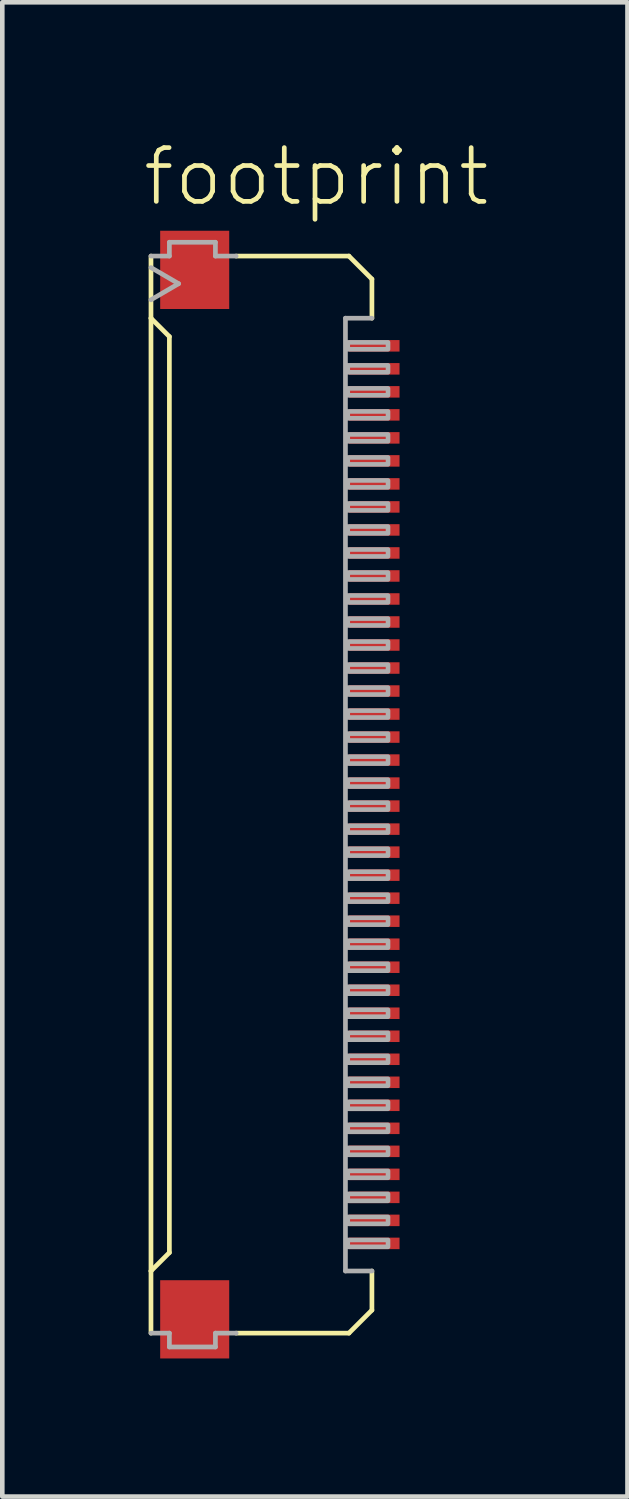
<source format=kicad_pcb>
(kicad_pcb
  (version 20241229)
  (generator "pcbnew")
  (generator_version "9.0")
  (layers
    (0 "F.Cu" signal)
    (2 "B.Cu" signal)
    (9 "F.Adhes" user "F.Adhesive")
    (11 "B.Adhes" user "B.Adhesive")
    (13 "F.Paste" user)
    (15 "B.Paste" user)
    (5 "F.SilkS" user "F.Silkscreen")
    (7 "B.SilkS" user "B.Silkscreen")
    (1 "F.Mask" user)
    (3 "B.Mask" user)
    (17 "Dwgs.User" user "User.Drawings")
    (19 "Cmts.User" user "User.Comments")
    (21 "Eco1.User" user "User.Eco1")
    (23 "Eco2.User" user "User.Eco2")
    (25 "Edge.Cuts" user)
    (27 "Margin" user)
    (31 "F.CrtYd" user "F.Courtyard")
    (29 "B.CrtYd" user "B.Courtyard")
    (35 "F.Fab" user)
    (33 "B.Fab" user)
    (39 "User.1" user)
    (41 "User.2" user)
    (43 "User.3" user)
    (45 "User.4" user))
  (footprint "footprint"
    (layer "F.Cu")
    (at 2.54 14.213)
    (property "Reference" "footprint" (at -2.54 -12.74 0) (layer "F.SilkS") (effects (font (size 1.168 1.168) (thickness 0.102)) (justify left bottom)))
    (fp_poly (pts (xy 1.965 -9.6) (xy 3.115 -9.6) (xy 3.115 -9.9) (xy 1.965 -9.9)) (stroke (width 0) (type solid)) (fill yes) (layer "F.Mask"))
    (fp_poly (pts (xy 1.965 -9.1) (xy 3.115 -9.1) (xy 3.115 -9.4) (xy 1.965 -9.4)) (stroke (width 0) (type solid)) (fill yes) (layer "F.Mask"))
    (fp_poly (pts (xy 1.965 -8.6) (xy 3.115 -8.6) (xy 3.115 -8.9) (xy 1.965 -8.9)) (stroke (width 0) (type solid)) (fill yes) (layer "F.Mask"))
    (fp_poly (pts (xy 1.965 -8.1) (xy 3.115 -8.1) (xy 3.115 -8.4) (xy 1.965 -8.4)) (stroke (width 0) (type solid)) (fill yes) (layer "F.Mask"))
    (fp_poly (pts (xy 1.965 -7.6) (xy 3.115 -7.6) (xy 3.115 -7.9) (xy 1.965 -7.9)) (stroke (width 0) (type solid)) (fill yes) (layer "F.Mask"))
    (fp_poly (pts (xy 1.965 -7.1) (xy 3.115 -7.1) (xy 3.115 -7.4) (xy 1.965 -7.4)) (stroke (width 0) (type solid)) (fill yes) (layer "F.Mask"))
    (fp_poly (pts (xy 1.965 -6.6) (xy 3.115 -6.6) (xy 3.115 -6.9) (xy 1.965 -6.9)) (stroke (width 0) (type solid)) (fill yes) (layer "F.Mask"))
    (fp_poly (pts (xy 1.965 -6.1) (xy 3.115 -6.1) (xy 3.115 -6.4) (xy 1.965 -6.4)) (stroke (width 0) (type solid)) (fill yes) (layer "F.Mask"))
    (fp_poly (pts (xy 1.965 -5.6) (xy 3.115 -5.6) (xy 3.115 -5.9) (xy 1.965 -5.9)) (stroke (width 0) (type solid)) (fill yes) (layer "F.Mask"))
    (fp_poly (pts (xy 1.965 -5.1) (xy 3.115 -5.1) (xy 3.115 -5.4) (xy 1.965 -5.4)) (stroke (width 0) (type solid)) (fill yes) (layer "F.Mask"))
    (fp_poly (pts (xy 1.965 -4.6) (xy 3.115 -4.6) (xy 3.115 -4.9) (xy 1.965 -4.9)) (stroke (width 0) (type solid)) (fill yes) (layer "F.Mask"))
    (fp_poly (pts (xy 1.965 -4.1) (xy 3.115 -4.1) (xy 3.115 -4.4) (xy 1.965 -4.4)) (stroke (width 0) (type solid)) (fill yes) (layer "F.Mask"))
    (fp_poly (pts (xy 1.965 -3.6) (xy 3.115 -3.6) (xy 3.115 -3.9) (xy 1.965 -3.9)) (stroke (width 0) (type solid)) (fill yes) (layer "F.Mask"))
    (fp_poly (pts (xy 1.965 -3.1) (xy 3.115 -3.1) (xy 3.115 -3.4) (xy 1.965 -3.4)) (stroke (width 0) (type solid)) (fill yes) (layer "F.Mask"))
    (fp_poly (pts (xy 1.965 -2.6) (xy 3.115 -2.6) (xy 3.115 -2.9) (xy 1.965 -2.9)) (stroke (width 0) (type solid)) (fill yes) (layer "F.Mask"))
    (fp_poly (pts (xy 1.965 -2.1) (xy 3.115 -2.1) (xy 3.115 -2.4) (xy 1.965 -2.4)) (stroke (width 0) (type solid)) (fill yes) (layer "F.Mask"))
    (fp_poly (pts (xy 1.965 -1.6) (xy 3.115 -1.6) (xy 3.115 -1.9) (xy 1.965 -1.9)) (stroke (width 0) (type solid)) (fill yes) (layer "F.Mask"))
    (fp_poly (pts (xy 1.965 -1.1) (xy 3.115 -1.1) (xy 3.115 -1.4) (xy 1.965 -1.4)) (stroke (width 0) (type solid)) (fill yes) (layer "F.Mask"))
    (fp_poly (pts (xy 1.965 -0.6) (xy 3.115 -0.6) (xy 3.115 -0.9) (xy 1.965 -0.9)) (stroke (width 0) (type solid)) (fill yes) (layer "F.Mask"))
    (fp_poly (pts (xy 1.965 -0.1) (xy 3.115 -0.1) (xy 3.115 -0.4) (xy 1.965 -0.4)) (stroke (width 0) (type solid)) (fill yes) (layer "F.Mask"))
    (fp_poly (pts (xy 1.965 0.4) (xy 3.115 0.4) (xy 3.115 0.1) (xy 1.965 0.1)) (stroke (width 0) (type solid)) (fill yes) (layer "F.Mask"))
    (fp_poly (pts (xy 1.965 0.9) (xy 3.115 0.9) (xy 3.115 0.6) (xy 1.965 0.6)) (stroke (width 0) (type solid)) (fill yes) (layer "F.Mask"))
    (fp_poly (pts (xy 1.965 1.4) (xy 3.115 1.4) (xy 3.115 1.1) (xy 1.965 1.1)) (stroke (width 0) (type solid)) (fill yes) (layer "F.Mask"))
    (fp_poly (pts (xy 1.965 1.9) (xy 3.115 1.9) (xy 3.115 1.6) (xy 1.965 1.6)) (stroke (width 0) (type solid)) (fill yes) (layer "F.Mask"))
    (fp_poly (pts (xy 1.965 2.4) (xy 3.115 2.4) (xy 3.115 2.1) (xy 1.965 2.1)) (stroke (width 0) (type solid)) (fill yes) (layer "F.Mask"))
    (fp_poly (pts (xy 1.965 2.9) (xy 3.115 2.9) (xy 3.115 2.6) (xy 1.965 2.6)) (stroke (width 0) (type solid)) (fill yes) (layer "F.Mask"))
    (fp_poly (pts (xy 1.965 3.4) (xy 3.115 3.4) (xy 3.115 3.1) (xy 1.965 3.1)) (stroke (width 0) (type solid)) (fill yes) (layer "F.Mask"))
    (fp_poly (pts (xy 1.965 3.9) (xy 3.115 3.9) (xy 3.115 3.6) (xy 1.965 3.6)) (stroke (width 0) (type solid)) (fill yes) (layer "F.Mask"))
    (fp_poly (pts (xy 1.965 4.4) (xy 3.115 4.4) (xy 3.115 4.1) (xy 1.965 4.1)) (stroke (width 0) (type solid)) (fill yes) (layer "F.Mask"))
    (fp_poly (pts (xy 1.965 4.9) (xy 3.115 4.9) (xy 3.115 4.6) (xy 1.965 4.6)) (stroke (width 0) (type solid)) (fill yes) (layer "F.Mask"))
    (fp_poly (pts (xy 1.965 5.4) (xy 3.115 5.4) (xy 3.115 5.1) (xy 1.965 5.1)) (stroke (width 0) (type solid)) (fill yes) (layer "F.Mask"))
    (fp_poly (pts (xy 1.965 5.9) (xy 3.115 5.9) (xy 3.115 5.6) (xy 1.965 5.6)) (stroke (width 0) (type solid)) (fill yes) (layer "F.Mask"))
    (fp_poly (pts (xy 1.965 6.4) (xy 3.115 6.4) (xy 3.115 6.1) (xy 1.965 6.1)) (stroke (width 0) (type solid)) (fill yes) (layer "F.Mask"))
    (fp_poly (pts (xy 1.965 6.9) (xy 3.115 6.9) (xy 3.115 6.6) (xy 1.965 6.6)) (stroke (width 0) (type solid)) (fill yes) (layer "F.Mask"))
    (fp_poly (pts (xy 1.965 7.4) (xy 3.115 7.4) (xy 3.115 7.1) (xy 1.965 7.1)) (stroke (width 0) (type solid)) (fill yes) (layer "F.Mask"))
    (fp_poly (pts (xy 1.965 7.9) (xy 3.115 7.9) (xy 3.115 7.6) (xy 1.965 7.6)) (stroke (width 0) (type solid)) (fill yes) (layer "F.Mask"))
    (fp_poly (pts (xy 1.965 8.4) (xy 3.115 8.4) (xy 3.115 8.1) (xy 1.965 8.1)) (stroke (width 0) (type solid)) (fill yes) (layer "F.Mask"))
    (fp_poly (pts (xy 1.965 8.9) (xy 3.115 8.9) (xy 3.115 8.6) (xy 1.965 8.6)) (stroke (width 0) (type solid)) (fill yes) (layer "F.Mask"))
    (fp_poly (pts (xy 1.965 9.4) (xy 3.115 9.4) (xy 3.115 9.1) (xy 1.965 9.1)) (stroke (width 0) (type solid)) (fill yes) (layer "F.Mask"))
    (fp_poly (pts (xy 1.965 9.9) (xy 3.115 9.9) (xy 3.115 9.6) (xy 1.965 9.6)) (stroke (width 0) (type solid)) (fill yes) (layer "F.Mask"))
    (fp_line (start -2.31 -10.35) (end -2.31 -11.7) (stroke (width 0.102) (type solid)) (layer "F.SilkS"))
    (fp_line (start -2.31 -10.35) (end -2.31 10.35) (stroke (width 0.102) (type solid)) (layer "F.SilkS"))
    (fp_line (start -2.31 10.35) (end -1.91 9.95) (stroke (width 0.102) (type solid)) (layer "F.SilkS"))
    (fp_line (start -2.31 11.7) (end -2.31 10.35) (stroke (width 0.102) (type solid)) (layer "F.SilkS"))
    (fp_line (start -1.91 -9.95) (end -2.31 -10.35) (stroke (width 0.102) (type solid)) (layer "F.SilkS"))
    (fp_line (start -1.91 9.95) (end -1.91 -9.95) (stroke (width 0.102) (type solid)) (layer "F.SilkS"))
    (fp_line (start 1.99 -11.7) (end -0.46 -11.7) (stroke (width 0.102) (type solid)) (layer "F.SilkS"))
    (fp_line (start 1.99 11.7) (end -0.46 11.7) (stroke (width 0.102) (type solid)) (layer "F.SilkS"))
    (fp_line (start 2.49 -11.2) (end 1.99 -11.7) (stroke (width 0.102) (type solid)) (layer "F.SilkS"))
    (fp_line (start 2.49 -10.35) (end 2.49 -11.2) (stroke (width 0.102) (type solid)) (layer "F.SilkS"))
    (fp_line (start 2.49 10.35) (end 2.49 11.2) (stroke (width 0.102) (type solid)) (layer "F.SilkS"))
    (fp_line (start 2.49 11.2) (end 1.99 11.7) (stroke (width 0.102) (type solid)) (layer "F.SilkS"))
    (fp_line (start -2.31 -11.7) (end -1.91 -11.7) (stroke (width 0.102) (type solid)) (layer "F.Fab"))
    (fp_line (start -2.31 -11.45) (end -1.71 -11.1) (stroke (width 0.102) (type solid)) (layer "F.Fab"))
    (fp_line (start -1.91 -12) (end -0.91 -12) (stroke (width 0.102) (type solid)) (layer "F.Fab"))
    (fp_line (start -1.91 -11.7) (end -1.91 -12) (stroke (width 0.102) (type solid)) (layer "F.Fab"))
    (fp_line (start -1.91 11.7) (end -2.31 11.7) (stroke (width 0.102) (type solid)) (layer "F.Fab"))
    (fp_line (start -1.91 12) (end -1.91 11.7) (stroke (width 0.102) (type solid)) (layer "F.Fab"))
    (fp_line (start -1.71 -11.1) (end -2.31 -10.75) (stroke (width 0.102) (type solid)) (layer "F.Fab"))
    (fp_line (start -0.91 -12) (end -0.91 -11.7) (stroke (width 0.102) (type solid)) (layer "F.Fab"))
    (fp_line (start -0.91 -11.7) (end -0.46 -11.7) (stroke (width 0.102) (type solid)) (layer "F.Fab"))
    (fp_line (start -0.91 11.7) (end -0.91 12) (stroke (width 0.102) (type solid)) (layer "F.Fab"))
    (fp_line (start -0.91 12) (end -1.91 12) (stroke (width 0.102) (type solid)) (layer "F.Fab"))
    (fp_line (start -0.46 11.7) (end -0.91 11.7) (stroke (width 0.102) (type solid)) (layer "F.Fab"))
    (fp_line (start 1.915 -10.35) (end 1.915 10.35) (stroke (width 0.102) (type solid)) (layer "F.Fab"))
    (fp_line (start 1.915 10.35) (end 2.49 10.35) (stroke (width 0.102) (type solid)) (layer "F.Fab"))
    (fp_line (start 2.49 -10.35) (end 1.915 -10.35) (stroke (width 0.102) (type solid)) (layer "F.Fab"))
    (fp_poly (pts (xy 1.965 -9.675) (xy 2.84 -9.675) (xy 2.84 -9.825) (xy 1.965 -9.825)) (stroke (width 0.1) (type solid)) (fill no) (layer "F.Fab"))
    (fp_poly (pts (xy 1.965 -9.175) (xy 2.84 -9.175) (xy 2.84 -9.325) (xy 1.965 -9.325)) (stroke (width 0.1) (type solid)) (fill no) (layer "F.Fab"))
    (fp_poly (pts (xy 1.965 -8.675) (xy 2.84 -8.675) (xy 2.84 -8.825) (xy 1.965 -8.825)) (stroke (width 0.1) (type solid)) (fill no) (layer "F.Fab"))
    (fp_poly (pts (xy 1.965 -8.175) (xy 2.84 -8.175) (xy 2.84 -8.325) (xy 1.965 -8.325)) (stroke (width 0.1) (type solid)) (fill no) (layer "F.Fab"))
    (fp_poly (pts (xy 1.965 -7.675) (xy 2.84 -7.675) (xy 2.84 -7.825) (xy 1.965 -7.825)) (stroke (width 0.1) (type solid)) (fill no) (layer "F.Fab"))
    (fp_poly (pts (xy 1.965 -7.175) (xy 2.84 -7.175) (xy 2.84 -7.325) (xy 1.965 -7.325)) (stroke (width 0.1) (type solid)) (fill no) (layer "F.Fab"))
    (fp_poly (pts (xy 1.965 -6.675) (xy 2.84 -6.675) (xy 2.84 -6.825) (xy 1.965 -6.825)) (stroke (width 0.1) (type solid)) (fill no) (layer "F.Fab"))
    (fp_poly (pts (xy 1.965 -6.175) (xy 2.84 -6.175) (xy 2.84 -6.325) (xy 1.965 -6.325)) (stroke (width 0.1) (type solid)) (fill no) (layer "F.Fab"))
    (fp_poly (pts (xy 1.965 -5.675) (xy 2.84 -5.675) (xy 2.84 -5.825) (xy 1.965 -5.825)) (stroke (width 0.1) (type solid)) (fill no) (layer "F.Fab"))
    (fp_poly (pts (xy 1.965 -5.175) (xy 2.84 -5.175) (xy 2.84 -5.325) (xy 1.965 -5.325)) (stroke (width 0.1) (type solid)) (fill no) (layer "F.Fab"))
    (fp_poly (pts (xy 1.965 -4.675) (xy 2.84 -4.675) (xy 2.84 -4.825) (xy 1.965 -4.825)) (stroke (width 0.1) (type solid)) (fill no) (layer "F.Fab"))
    (fp_poly (pts (xy 1.965 -4.175) (xy 2.84 -4.175) (xy 2.84 -4.325) (xy 1.965 -4.325)) (stroke (width 0.1) (type solid)) (fill no) (layer "F.Fab"))
    (fp_poly (pts (xy 1.965 -3.675) (xy 2.84 -3.675) (xy 2.84 -3.825) (xy 1.965 -3.825)) (stroke (width 0.1) (type solid)) (fill no) (layer "F.Fab"))
    (fp_poly (pts (xy 1.965 -3.175) (xy 2.84 -3.175) (xy 2.84 -3.325) (xy 1.965 -3.325)) (stroke (width 0.1) (type solid)) (fill no) (layer "F.Fab"))
    (fp_poly (pts (xy 1.965 -2.675) (xy 2.84 -2.675) (xy 2.84 -2.825) (xy 1.965 -2.825)) (stroke (width 0.1) (type solid)) (fill no) (layer "F.Fab"))
    (fp_poly (pts (xy 1.965 -2.175) (xy 2.84 -2.175) (xy 2.84 -2.325) (xy 1.965 -2.325)) (stroke (width 0.1) (type solid)) (fill no) (layer "F.Fab"))
    (fp_poly (pts (xy 1.965 -1.675) (xy 2.84 -1.675) (xy 2.84 -1.825) (xy 1.965 -1.825)) (stroke (width 0.1) (type solid)) (fill no) (layer "F.Fab"))
    (fp_poly (pts (xy 1.965 -1.175) (xy 2.84 -1.175) (xy 2.84 -1.325) (xy 1.965 -1.325)) (stroke (width 0.1) (type solid)) (fill no) (layer "F.Fab"))
    (fp_poly (pts (xy 1.965 -0.675) (xy 2.84 -0.675) (xy 2.84 -0.825) (xy 1.965 -0.825)) (stroke (width 0.1) (type solid)) (fill no) (layer "F.Fab"))
    (fp_poly (pts (xy 1.965 -0.175) (xy 2.84 -0.175) (xy 2.84 -0.325) (xy 1.965 -0.325)) (stroke (width 0.1) (type solid)) (fill no) (layer "F.Fab"))
    (fp_poly (pts (xy 1.965 0.325) (xy 2.84 0.325) (xy 2.84 0.175) (xy 1.965 0.175)) (stroke (width 0.1) (type solid)) (fill no) (layer "F.Fab"))
    (fp_poly (pts (xy 1.965 0.825) (xy 2.84 0.825) (xy 2.84 0.675) (xy 1.965 0.675)) (stroke (width 0.1) (type solid)) (fill no) (layer "F.Fab"))
    (fp_poly (pts (xy 1.965 1.325) (xy 2.84 1.325) (xy 2.84 1.175) (xy 1.965 1.175)) (stroke (width 0.1) (type solid)) (fill no) (layer "F.Fab"))
    (fp_poly (pts (xy 1.965 1.825) (xy 2.84 1.825) (xy 2.84 1.675) (xy 1.965 1.675)) (stroke (width 0.1) (type solid)) (fill no) (layer "F.Fab"))
    (fp_poly (pts (xy 1.965 2.325) (xy 2.84 2.325) (xy 2.84 2.175) (xy 1.965 2.175)) (stroke (width 0.1) (type solid)) (fill no) (layer "F.Fab"))
    (fp_poly (pts (xy 1.965 2.825) (xy 2.84 2.825) (xy 2.84 2.675) (xy 1.965 2.675)) (stroke (width 0.1) (type solid)) (fill no) (layer "F.Fab"))
    (fp_poly (pts (xy 1.965 3.325) (xy 2.84 3.325) (xy 2.84 3.175) (xy 1.965 3.175)) (stroke (width 0.1) (type solid)) (fill no) (layer "F.Fab"))
    (fp_poly (pts (xy 1.965 3.825) (xy 2.84 3.825) (xy 2.84 3.675) (xy 1.965 3.675)) (stroke (width 0.1) (type solid)) (fill no) (layer "F.Fab"))
    (fp_poly (pts (xy 1.965 4.325) (xy 2.84 4.325) (xy 2.84 4.175) (xy 1.965 4.175)) (stroke (width 0.1) (type solid)) (fill no) (layer "F.Fab"))
    (fp_poly (pts (xy 1.965 4.825) (xy 2.84 4.825) (xy 2.84 4.675) (xy 1.965 4.675)) (stroke (width 0.1) (type solid)) (fill no) (layer "F.Fab"))
    (fp_poly (pts (xy 1.965 5.325) (xy 2.84 5.325) (xy 2.84 5.175) (xy 1.965 5.175)) (stroke (width 0.1) (type solid)) (fill no) (layer "F.Fab"))
    (fp_poly (pts (xy 1.965 5.825) (xy 2.84 5.825) (xy 2.84 5.675) (xy 1.965 5.675)) (stroke (width 0.1) (type solid)) (fill no) (layer "F.Fab"))
    (fp_poly (pts (xy 1.965 6.325) (xy 2.84 6.325) (xy 2.84 6.175) (xy 1.965 6.175)) (stroke (width 0.1) (type solid)) (fill no) (layer "F.Fab"))
    (fp_poly (pts (xy 1.965 6.825) (xy 2.84 6.825) (xy 2.84 6.675) (xy 1.965 6.675)) (stroke (width 0.1) (type solid)) (fill no) (layer "F.Fab"))
    (fp_poly (pts (xy 1.965 7.325) (xy 2.84 7.325) (xy 2.84 7.175) (xy 1.965 7.175)) (stroke (width 0.1) (type solid)) (fill no) (layer "F.Fab"))
    (fp_poly (pts (xy 1.965 7.825) (xy 2.84 7.825) (xy 2.84 7.675) (xy 1.965 7.675)) (stroke (width 0.1) (type solid)) (fill no) (layer "F.Fab"))
    (fp_poly (pts (xy 1.965 8.325) (xy 2.84 8.325) (xy 2.84 8.175) (xy 1.965 8.175)) (stroke (width 0.1) (type solid)) (fill no) (layer "F.Fab"))
    (fp_poly (pts (xy 1.965 8.825) (xy 2.84 8.825) (xy 2.84 8.675) (xy 1.965 8.675)) (stroke (width 0.1) (type solid)) (fill no) (layer "F.Fab"))
    (fp_poly (pts (xy 1.965 9.325) (xy 2.84 9.325) (xy 2.84 9.175) (xy 1.965 9.175)) (stroke (width 0.1) (type solid)) (fill no) (layer "F.Fab"))
    (fp_poly (pts (xy 1.965 9.825) (xy 2.84 9.825) (xy 2.84 9.675) (xy 1.965 9.675)) (stroke (width 0.1) (type solid)) (fill no) (layer "F.Fab"))
    (pad "1" smd rect (at 2.54 -9.75) (size 1.1 0.25) (layers "F.Cu" "F.Paste"))
    (pad "2" smd rect (at 2.54 -9.25) (size 1.1 0.25) (layers "F.Cu" "F.Paste"))
    (pad "3" smd rect (at 2.54 -8.75) (size 1.1 0.25) (layers "F.Cu" "F.Paste"))
    (pad "4" smd rect (at 2.54 -8.25) (size 1.1 0.25) (layers "F.Cu" "F.Paste"))
    (pad "5" smd rect (at 2.54 -7.75) (size 1.1 0.25) (layers "F.Cu" "F.Paste"))
    (pad "6" smd rect (at 2.54 -7.25) (size 1.1 0.25) (layers "F.Cu" "F.Paste"))
    (pad "7" smd rect (at 2.54 -6.75) (size 1.1 0.25) (layers "F.Cu" "F.Paste"))
    (pad "8" smd rect (at 2.54 -6.25) (size 1.1 0.25) (layers "F.Cu" "F.Paste"))
    (pad "9" smd rect (at 2.54 -5.75) (size 1.1 0.25) (layers "F.Cu" "F.Paste"))
    (pad "10" smd rect (at 2.54 -5.25) (size 1.1 0.25) (layers "F.Cu" "F.Paste"))
    (pad "11" smd rect (at 2.54 -4.75) (size 1.1 0.25) (layers "F.Cu" "F.Paste"))
    (pad "12" smd rect (at 2.54 -4.25) (size 1.1 0.25) (layers "F.Cu" "F.Paste"))
    (pad "13" smd rect (at 2.54 -3.75) (size 1.1 0.25) (layers "F.Cu" "F.Paste"))
    (pad "14" smd rect (at 2.54 -3.25) (size 1.1 0.25) (layers "F.Cu" "F.Paste"))
    (pad "15" smd rect (at 2.54 -2.75) (size 1.1 0.25) (layers "F.Cu" "F.Paste"))
    (pad "16" smd rect (at 2.54 -2.25) (size 1.1 0.25) (layers "F.Cu" "F.Paste"))
    (pad "17" smd rect (at 2.54 -1.75) (size 1.1 0.25) (layers "F.Cu" "F.Paste"))
    (pad "18" smd rect (at 2.54 -1.25) (size 1.1 0.25) (layers "F.Cu" "F.Paste"))
    (pad "19" smd rect (at 2.54 -0.75) (size 1.1 0.25) (layers "F.Cu" "F.Paste"))
    (pad "20" smd rect (at 2.54 -0.25) (size 1.1 0.25) (layers "F.Cu" "F.Paste"))
    (pad "21" smd rect (at 2.54 0.25) (size 1.1 0.25) (layers "F.Cu" "F.Paste"))
    (pad "22" smd rect (at 2.54 0.75) (size 1.1 0.25) (layers "F.Cu" "F.Paste"))
    (pad "23" smd rect (at 2.54 1.25) (size 1.1 0.25) (layers "F.Cu" "F.Paste"))
    (pad "24" smd rect (at 2.54 1.75) (size 1.1 0.25) (layers "F.Cu" "F.Paste"))
    (pad "25" smd rect (at 2.54 2.25) (size 1.1 0.25) (layers "F.Cu" "F.Paste"))
    (pad "26" smd rect (at 2.54 2.75) (size 1.1 0.25) (layers "F.Cu" "F.Paste"))
    (pad "27" smd rect (at 2.54 3.25) (size 1.1 0.25) (layers "F.Cu" "F.Paste"))
    (pad "28" smd rect (at 2.54 3.75) (size 1.1 0.25) (layers "F.Cu" "F.Paste"))
    (pad "29" smd rect (at 2.54 4.25) (size 1.1 0.25) (layers "F.Cu" "F.Paste"))
    (pad "30" smd rect (at 2.54 4.75) (size 1.1 0.25) (layers "F.Cu" "F.Paste"))
    (pad "31" smd rect (at 2.54 5.25) (size 1.1 0.25) (layers "F.Cu" "F.Paste"))
    (pad "32" smd rect (at 2.54 5.75) (size 1.1 0.25) (layers "F.Cu" "F.Paste"))
    (pad "33" smd rect (at 2.54 6.25) (size 1.1 0.25) (layers "F.Cu" "F.Paste"))
    (pad "34" smd rect (at 2.54 6.75) (size 1.1 0.25) (layers "F.Cu" "F.Paste"))
    (pad "35" smd rect (at 2.54 7.25) (size 1.1 0.25) (layers "F.Cu" "F.Paste"))
    (pad "36" smd rect (at 2.54 7.75) (size 1.1 0.25) (layers "F.Cu" "F.Paste"))
    (pad "37" smd rect (at 2.54 8.25) (size 1.1 0.25) (layers "F.Cu" "F.Paste"))
    (pad "38" smd rect (at 2.54 8.75) (size 1.1 0.25) (layers "F.Cu" "F.Paste"))
    (pad "39" smd rect (at 2.54 9.25) (size 1.1 0.25) (layers "F.Cu" "F.Paste"))
    (pad "40" smd rect (at 2.54 9.75) (size 1.1 0.25) (layers "F.Cu" "F.Paste"))
    (pad "M1" smd rect (at -1.36 -11.4) (size 1.5 1.7) (layers "F.Cu" "F.Mask" "F.Paste"))
    (pad "M2" smd rect (at -1.36 11.4) (size 1.5 1.7) (layers "F.Cu" "F.Mask" "F.Paste")))
  (gr_rect
    (start -3 -3)
    (end 10.582 29.463)
    (stroke (width 0.1) (type default))
    (fill no)
    (layer "Edge.Cuts")))
</source>
